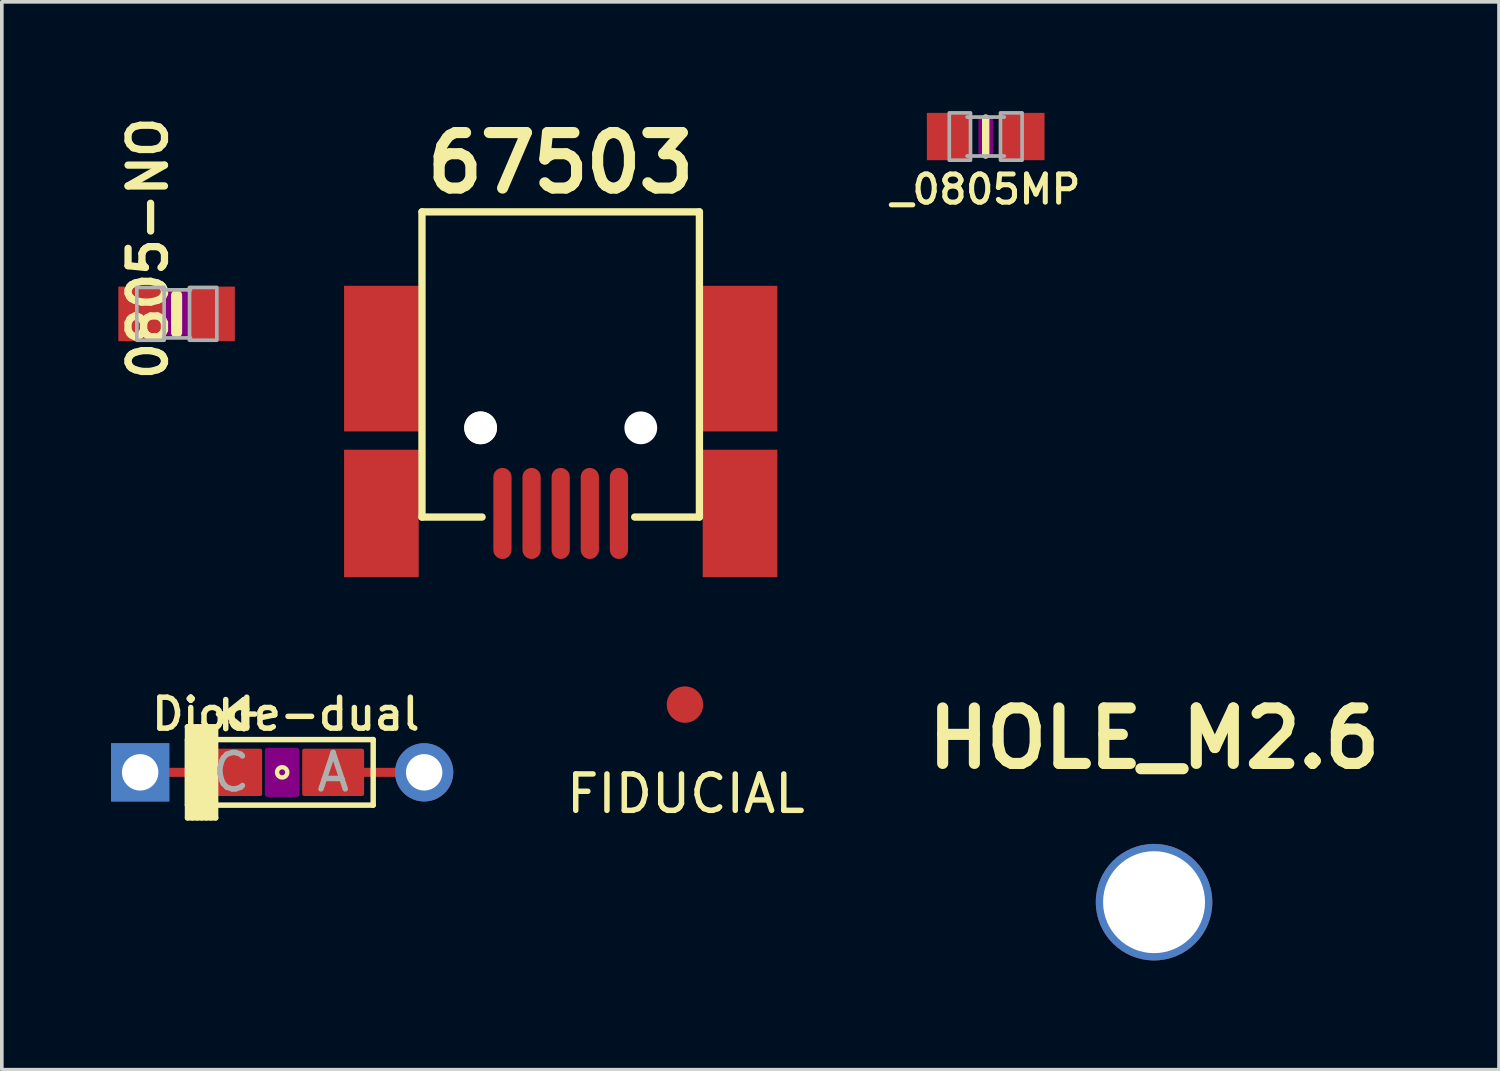
<source format=kicad_pcb>
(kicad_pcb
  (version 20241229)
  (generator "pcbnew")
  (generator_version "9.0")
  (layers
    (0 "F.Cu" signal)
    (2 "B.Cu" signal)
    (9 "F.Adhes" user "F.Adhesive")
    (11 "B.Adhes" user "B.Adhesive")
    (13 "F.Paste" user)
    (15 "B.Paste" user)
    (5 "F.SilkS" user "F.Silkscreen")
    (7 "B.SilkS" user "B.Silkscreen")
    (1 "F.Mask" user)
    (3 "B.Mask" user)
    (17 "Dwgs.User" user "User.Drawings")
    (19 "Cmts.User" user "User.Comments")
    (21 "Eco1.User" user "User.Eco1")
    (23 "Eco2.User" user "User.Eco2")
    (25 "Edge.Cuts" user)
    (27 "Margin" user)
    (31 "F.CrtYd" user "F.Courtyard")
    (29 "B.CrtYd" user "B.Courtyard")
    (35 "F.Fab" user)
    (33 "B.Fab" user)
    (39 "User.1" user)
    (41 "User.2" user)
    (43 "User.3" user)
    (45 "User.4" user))
  (footprint "FIDUCIAL"
    (layer "F.Cu")
    (at 15.762 16.302)
    (property "Reference" "FIDUCIAL" (at 0.025 2.45 0) (layer "F.SilkS") (effects (font (size 1 1) (thickness 0.15))))
    (attr through_hole)
    (pad "1" connect circle (at 0 0) (size 1 1) (layers "F.Cu" "F.Mask")))
  (footprint "67503"
    (layer "F.Cu")
    (at 12.35 4.801)
    (property "Reference" "67503" (at 0 -3.375 0) (layer "F.SilkS") (effects (font (size 1.524 1.524) (thickness 0.305))))
    (attr smd)
    (fp_line (start -3.81 -2.032) (end 3.81 -2.032) (stroke (width 0.201) (type solid)) (layer "F.SilkS"))
    (fp_line (start -3.81 6.35) (end -3.81 -2.032) (stroke (width 0.201) (type solid)) (layer "F.SilkS"))
    (fp_line (start -2.159 6.35) (end -3.81 6.35) (stroke (width 0.201) (type solid)) (layer "F.SilkS"))
    (fp_line (start 3.81 -2.032) (end 3.81 6.35) (stroke (width 0.201) (type solid)) (layer "F.SilkS"))
    (fp_line (start 3.81 6.35) (end 2.032 6.35) (stroke (width 0.201) (type solid)) (layer "F.SilkS"))
    (pad "" smd rect (at -4.925 1.999) (size 2.05 4) (layers "F.Cu" "F.Mask" "F.Paste"))
    (pad "" smd rect (at -4.925 6.251) (size 2.05 3.5) (layers "F.Cu" "F.Mask" "F.Paste"))
    (pad "" np_thru_hole circle (at -2.2 3.9) (size 0.9 0.9) (drill 0.9) (layers "*.Cu" "*.Mask" "F.SilkS"))
    (pad "" np_thru_hole circle (at 2.2 3.9) (size 0.9 0.9) (drill 0.9) (layers "*.Cu" "*.Mask"))
    (pad "" smd rect (at 4.925 1.999) (size 2.05 4) (layers "F.Cu" "F.Mask" "F.Paste"))
    (pad "" smd rect (at 4.925 6.251) (size 2.05 3.5) (layers "F.Cu" "F.Mask" "F.Paste"))
    (pad "1" smd oval (at 1.6 6.251) (size 0.5 2.5) (layers "F.Cu" "F.Mask" "F.Paste"))
    (pad "2" smd oval (at 0.8 6.251) (size 0.5 2.5) (layers "F.Cu" "F.Mask" "F.Paste"))
    (pad "3" smd oval (at 0 6.251) (size 0.5 2.5) (layers "F.Cu" "F.Mask" "F.Paste"))
    (pad "4" smd oval (at -0.8 6.251) (size 0.5 2.5) (layers "F.Cu" "F.Mask" "F.Paste"))
    (pad "5" smd oval (at -1.6 6.251) (size 0.5 2.5) (layers "F.Cu" "F.Mask" "F.Paste")))
  (footprint "HOLE_M2.6"
    (layer "F.Cu")
    (at 28.647 21.729)
    (property "Reference" "HOLE_M2.6" (at 0 -4.5 0) (layer "F.SilkS") (effects (font (size 1.524 1.524) (thickness 0.305))))
    (attr through_hole)
    (pad "1" thru_hole circle (at 0 0) (size 3.2 3.2) (drill 2.8) (layers "*.Cu" "*.Mask")))
  (footprint "Diode-dual"
    (layer "F.Cu")
    (at 4.7 18.163)
    (property "Reference" "Diode-dual" (at 0.1 -1.6 0) (layer "F.SilkS") (effects (font (size 0.85 0.85) (thickness 0.15))))
    (attr smd)
    (fp_line (start -2.6 -1.25) (end -2.6 1.25) (stroke (width 0.15) (type solid)) (layer "F.SilkS"))
    (fp_line (start -2.6 -0.9) (end -2.6 0.9) (stroke (width 0.15) (type solid)) (layer "F.SilkS"))
    (fp_line (start -2.6 0.9) (end 2.5 0.9) (stroke (width 0.15) (type solid)) (layer "F.SilkS"))
    (fp_line (start -2.463 -1.25) (end -2.463 1.25) (stroke (width 0.15) (type solid)) (layer "F.SilkS"))
    (fp_line (start -2.336 1.25) (end -2.336 -1.25) (stroke (width 0.15) (type solid)) (layer "F.SilkS"))
    (fp_line (start -2.209 -1.25) (end -2.209 1.25) (stroke (width 0.15) (type solid)) (layer "F.SilkS"))
    (fp_line (start -2.082 1.25) (end -2.082 -1.25) (stroke (width 0.15) (type solid)) (layer "F.SilkS"))
    (fp_line (start -1.955 -1.25) (end -1.955 1.25) (stroke (width 0.15) (type solid)) (layer "F.SilkS"))
    (fp_line (start -1.828 -1.25) (end -2.603 -1.25) (stroke (width 0.15) (type solid)) (layer "F.SilkS"))
    (fp_line (start -1.828 -1.25) (end -1.828 1.25) (stroke (width 0.15) (type solid)) (layer "F.SilkS"))
    (fp_line (start -1.825 1.25) (end -2.6 1.25) (stroke (width 0.15) (type solid)) (layer "F.SilkS"))
    (fp_line (start -1.55 -2) (end -1.55 -1.2) (stroke (width 0.15) (type solid)) (layer "F.SilkS"))
    (fp_line (start -1.55 -1.6) (end -1.75 -1.6) (stroke (width 0.15) (type solid)) (layer "F.SilkS"))
    (fp_line (start -1.55 -1.6) (end -1.05 -2) (stroke (width 0.15) (type solid)) (layer "F.SilkS"))
    (fp_line (start -1.05 -2) (end -1.05 -1.6) (stroke (width 0.15) (type solid)) (layer "F.SilkS"))
    (fp_line (start -1.05 -1.2) (end -1.55 -1.6) (stroke (width 0.15) (type solid)) (layer "F.SilkS"))
    (fp_line (start -1.05 -1.6) (end -1.05 -1.2) (stroke (width 0.15) (type solid)) (layer "F.SilkS"))
    (fp_line (start -0.75 -1.6) (end -1.05 -1.6) (stroke (width 0.15) (type solid)) (layer "F.SilkS"))
    (fp_line (start 2.5 -0.9) (end -2.6 -0.9) (stroke (width 0.15) (type solid)) (layer "F.SilkS"))
    (fp_line (start 2.5 0.9) (end 2.5 -0.9) (stroke (width 0.15) (type solid)) (layer "F.SilkS"))
    (fp_circle (center 0 0) (end 0.141 0) (stroke (width 0.12) (type solid)) (fill no) (layer "F.SilkS"))
    (fp_poly (pts (xy -0.4 -0.6) (xy -0.4 0.6) (xy 0.4 0.6) (xy 0.4 -0.6)) (stroke (width 0.15) (type solid)) (fill yes) (layer "F.Adhes"))
    (fp_text user "C" (at -1.4 0 0) (layer "F.Fab") (effects (font (size 1 1) (thickness 0.15))))
    (fp_text user "A" (at 1.4 0 0) (layer "F.Fab") (effects (font (size 1 1) (thickness 0.15))))
    (pad "1" smd rect (at 1.4 0) (size 1.6 1.2) (layers "F.Cu" "F.Mask" "F.Paste"))
    (pad "1" smd custom (at 1.4 0) (size 1.6 1.2) (layers "F.Cu") (options (anchor rect)) (primitives (gr_poly (pts (xy -0.8 -0.6) (xy -0.8 0.6) (xy 0.8 0.6) (xy 0.8 -0.6)) (width 0.1) (fill yes)) (gr_line (start 2.5 0) (end 0.1 0) (width 0.25)) (gr_circle (center 2.5 0) (end 2.8 0) (width 0.6) (fill no))))
    (pad "1" thru_hole circle (at 3.9 0) (size 1.6 1.6) (drill 1) (layers "*.Cu" "*.Mask"))
    (pad "2" thru_hole rect (at -3.9 0) (size 1.6 1.6) (drill 1) (layers "*.Cu" "*.Mask"))
    (pad "2" smd rect (at -1.4 0) (size 1.6 1.2) (layers "F.Cu" "F.Mask" "F.Paste"))
    (pad "2" smd custom (at -1.4 0) (size 1.6 1.2) (layers "F.Cu") (options (anchor rect)) (primitives (gr_circle (center -2.5 0) (end -2.2 0) (width 0.6) (fill no)) (gr_poly (pts (xy 0.8 -0.6) (xy 0.8 0.6) (xy -0.8 0.6) (xy -0.8 -0.6)) (width 0.1) (fill yes)) (gr_line (start 0.1 0) (end -2.5 0) (width 0.25)))))
  (footprint "_0805MP"
    (layer "F.Cu")
    (at 24.023 0.7)
    (property "Reference" "_0805MP" (at 0 1 0) (layer "F.SilkS") (effects (font (size 0.772 0.772) (thickness 0.139)) (justify top)))
    (attr through_hole)
    (fp_line (start 0 -0.508) (end 0 0.508) (stroke (width 0.203) (type solid)) (layer "F.SilkS"))
    (fp_poly (pts (xy -0.2 0.5) (xy 0.2 0.5) (xy 0.2 -0.5) (xy -0.2 -0.5)) (stroke (width 0) (type solid)) (fill yes) (layer "F.Adhes"))
    (fp_line (start -0.51 -0.535) (end 0.51 -0.535) (stroke (width 0.102) (type solid)) (layer "F.Fab"))
    (fp_line (start -0.51 0.535) (end 0.51 0.535) (stroke (width 0.102) (type solid)) (layer "F.Fab"))
    (fp_poly (pts (xy -1 0.65) (xy -0.417 0.65) (xy -0.417 -0.65) (xy -1 -0.65)) (stroke (width 0.1) (type solid)) (fill no) (layer "F.Fab"))
    (fp_poly (pts (xy 0.406 0.65) (xy 1 0.65) (xy 1 -0.65) (xy 0.406 -0.65)) (stroke (width 0.1) (type solid)) (fill no) (layer "F.Fab"))
    (pad "1" smd rect (at -1.016 0) (size 1.2 1.3) (layers "F.Cu" "F.Mask" "F.Paste"))
    (pad "2" smd rect (at 1.016 0) (size 1.2 1.3) (layers "F.Cu" "F.Mask" "F.Paste")))
  (footprint "0805-NO"
    (layer "F.Cu")
    (at 1.8 5.571)
    (property "Reference" "0805-NO" (at -0.2 -1.8 90) (layer "F.SilkS") (effects (font (size 1 1) (thickness 0.2)) (justify bottom)))
    (attr through_hole)
    (fp_line (start 0 -0.508) (end 0 0.508) (stroke (width 0.305) (type solid)) (layer "F.SilkS"))
    (fp_poly (pts (xy -0.3 -0.6) (xy 0.3 -0.6) (xy 0.3 0.6) (xy -0.3 0.6)) (stroke (width 0.01) (type solid)) (fill yes) (layer "F.Adhes"))
    (fp_line (start -0.381 -0.66) (end 0.381 -0.66) (stroke (width 0.102) (type solid)) (layer "F.Fab"))
    (fp_line (start -0.356 0.66) (end 0.381 0.66) (stroke (width 0.102) (type solid)) (layer "F.Fab"))
    (fp_poly (pts (xy -1.092 0.724) (xy -0.342 0.724) (xy -0.342 -0.726) (xy -1.092 -0.726)) (stroke (width 0.1) (type solid)) (fill no) (layer "F.Fab"))
    (fp_poly (pts (xy 0.356 0.724) (xy 1.106 0.724) (xy 1.106 -0.726) (xy 0.356 -0.726)) (stroke (width 0.1) (type solid)) (fill no) (layer "F.Fab"))
    (pad "1" smd rect (at -0.95 0) (size 1.3 1.5) (layers "F.Cu" "F.Mask" "F.Paste"))
    (pad "2" smd rect (at 0.95 0) (size 1.3 1.5) (layers "F.Cu" "F.Mask" "F.Paste")))
  (gr_rect
    (start -3 -3)
    (end 38.121 26.329)
    (stroke (width 0.1) (type default))
    (fill no)
    (layer "Edge.Cuts")))
</source>
